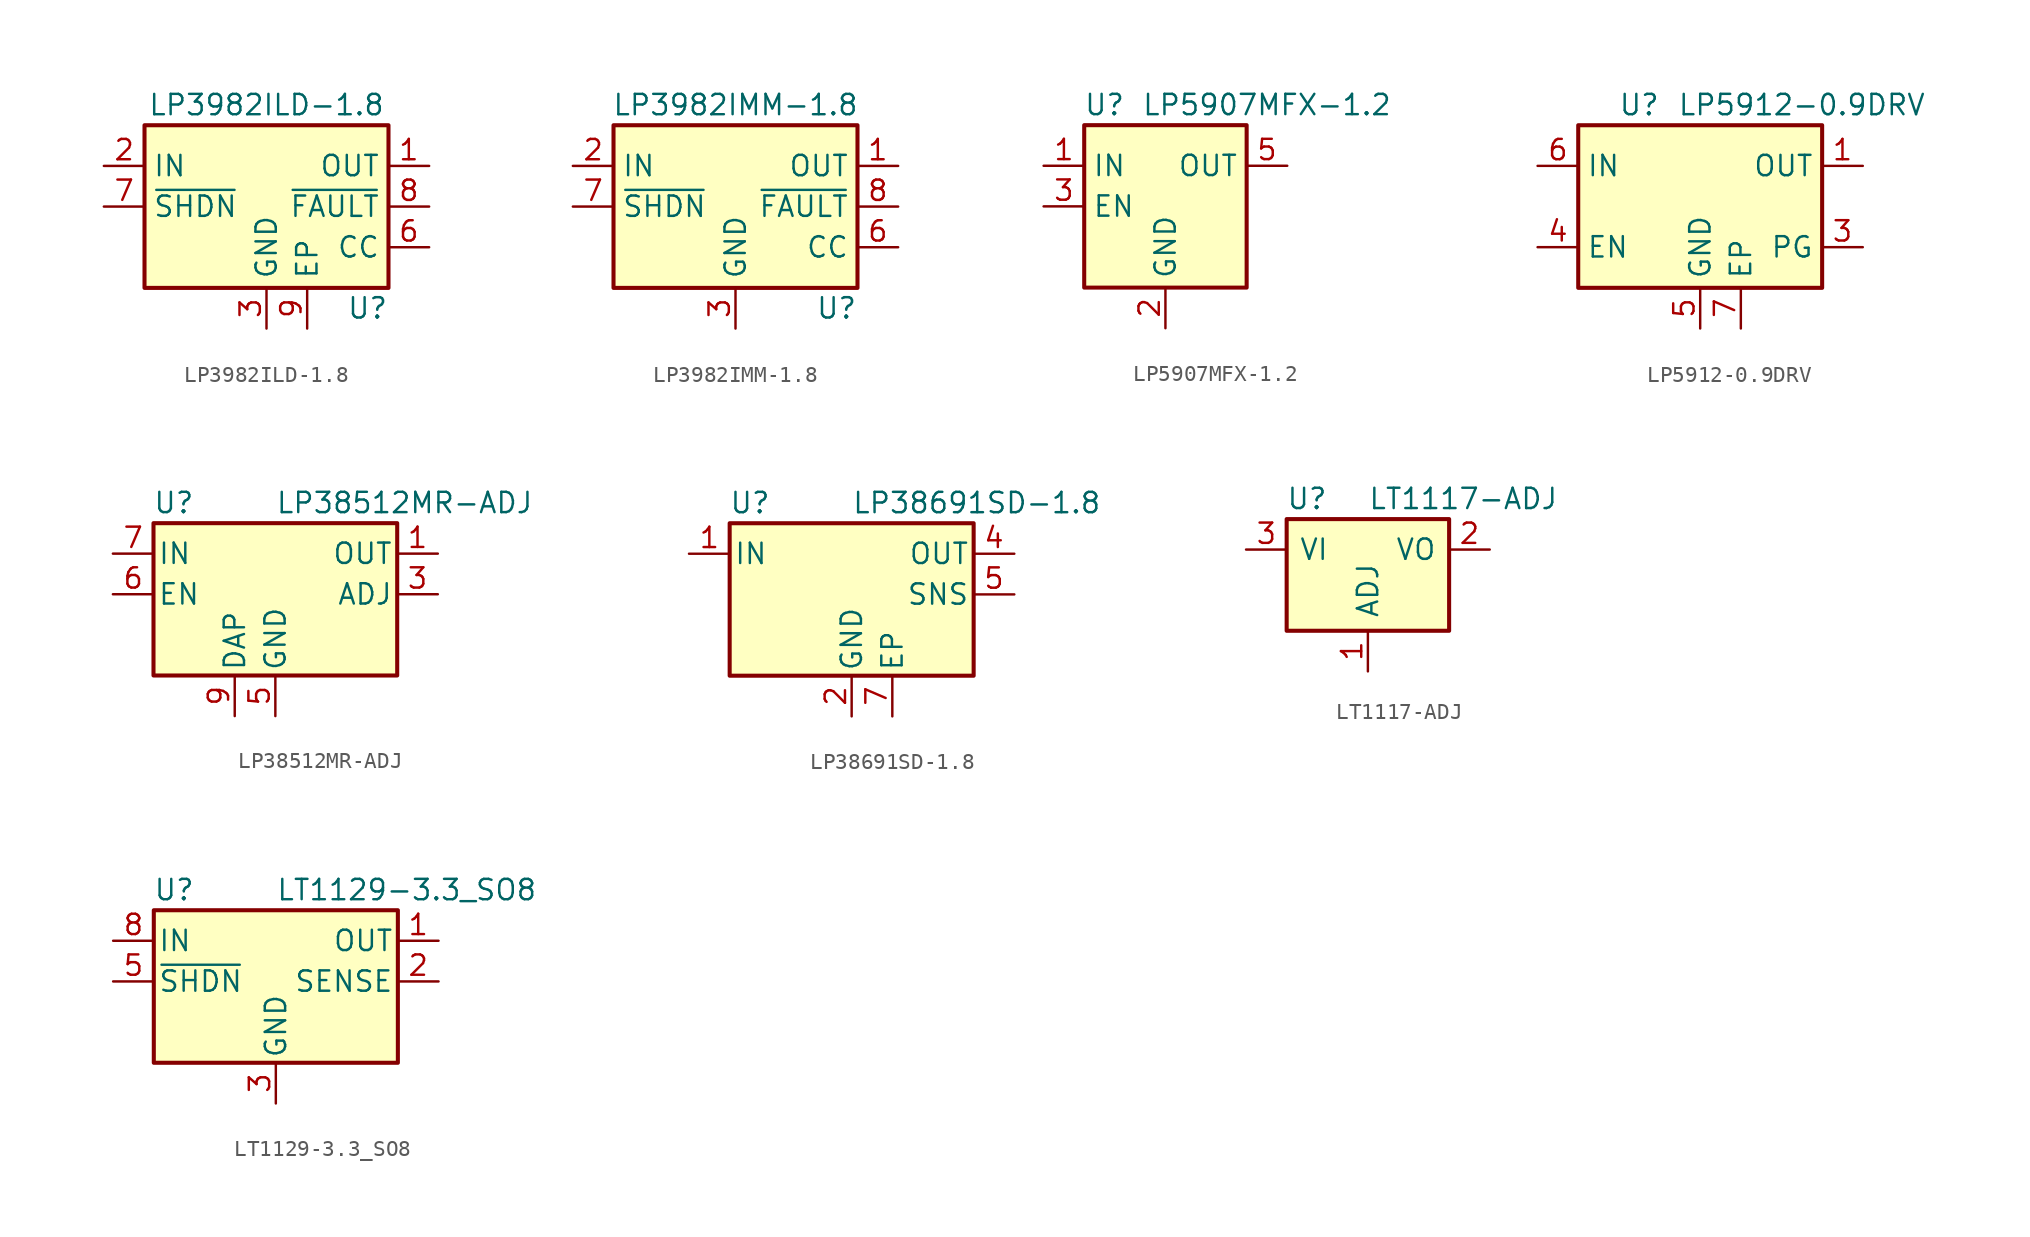
<source format=kicad_sym>
(kicad_symbol_lib
  (version 20200908)
  (generator kicad_symbol_editor)
  (symbol "Regulator_Linear:LP3982ILD-1.8"
    (property "Reference" "U"
      (at 7.62 -6.35 0)
      (effects (font (size 1.27 1.27)) (justify right)))
    (property "Value" "LP3982ILD-1.8"
      (at 0 6.35 0)
      (effects (font (size 1.27 1.27))))
    (symbol "LP3982ILD-1.8_0_1"
      (rectangle (start -7.62 5.08) (end 7.62 -5.08) (stroke (width 0.254)) (fill (type background))))
    (symbol "LP3982ILD-1.8_1_1"
      (pin power_out line (at 10.16 2.54 180) (length 2.54) (name "OUT" (effects (font (size 1.27 1.27)))) (number "1" (effects (font (size 1.27 1.27)))))
      (pin power_in line (at -10.16 2.54 0) (length 2.54) (name "IN" (effects (font (size 1.27 1.27)))) (number "2" (effects (font (size 1.27 1.27)))))
      (pin power_in line (at 0 -7.62 90) (length 2.54) (name "GND" (effects (font (size 1.27 1.27)))) (number "3" (effects (font (size 1.27 1.27)))))
      (pin passive line (at 10.16 2.54 180) (length 2.54) hide (name "OUT" (effects (font (size 1.27 1.27)))) (number "4" (effects (font (size 1.27 1.27)))))
      (pin unconnected line (at -7.62 -2.54 0) (length 2.54) hide (name "NC" (effects (font (size 1.27 1.27)))) (number "5" (effects (font (size 1.27 1.27)))))
      (pin passive line (at 10.16 -2.54 180) (length 2.54) (name "CC" (effects (font (size 1.27 1.27)))) (number "6" (effects (font (size 1.27 1.27)))))
      (pin input line (at -10.16 0 0) (length 2.54) (name "~SHDN" (effects (font (size 1.27 1.27)))) (number "7" (effects (font (size 1.27 1.27)))))
      (pin open_collector line (at 10.16 0 180) (length 2.54) (name "~FAULT" (effects (font (size 1.27 1.27)))) (number "8" (effects (font (size 1.27 1.27)))))
      (pin passive line (at 2.54 -7.62 90) (length 2.54) (name "EP" (effects (font (size 1.27 1.27)))) (number "9" (effects (font (size 1.27 1.27)))))))
  (symbol "Regulator_Linear:LP3982IMM-1.8"
    (property "Reference" "U"
      (at 7.62 -6.35 0)
      (effects (font (size 1.27 1.27)) (justify right)))
    (property "Value" "LP3982IMM-1.8"
      (at 0 6.35 0)
      (effects (font (size 1.27 1.27))))
    (symbol "LP3982IMM-1.8_0_1"
      (rectangle (start -7.62 5.08) (end 7.62 -5.08) (stroke (width 0.254)) (fill (type background))))
    (symbol "LP3982IMM-1.8_1_1"
      (pin power_out line (at 10.16 2.54 180) (length 2.54) (name "OUT" (effects (font (size 1.27 1.27)))) (number "1" (effects (font (size 1.27 1.27)))))
      (pin power_in line (at -10.16 2.54 0) (length 2.54) (name "IN" (effects (font (size 1.27 1.27)))) (number "2" (effects (font (size 1.27 1.27)))))
      (pin power_in line (at 0 -7.62 90) (length 2.54) (name "GND" (effects (font (size 1.27 1.27)))) (number "3" (effects (font (size 1.27 1.27)))))
      (pin passive line (at 10.16 2.54 180) (length 2.54) hide (name "OUT" (effects (font (size 1.27 1.27)))) (number "4" (effects (font (size 1.27 1.27)))))
      (pin unconnected line (at -7.62 -2.54 0) (length 2.54) hide (name "NC" (effects (font (size 1.27 1.27)))) (number "5" (effects (font (size 1.27 1.27)))))
      (pin passive line (at 10.16 -2.54 180) (length 2.54) (name "CC" (effects (font (size 1.27 1.27)))) (number "6" (effects (font (size 1.27 1.27)))))
      (pin input line (at -10.16 0 0) (length 2.54) (name "~SHDN" (effects (font (size 1.27 1.27)))) (number "7" (effects (font (size 1.27 1.27)))))
      (pin open_collector line (at 10.16 0 180) (length 2.54) (name "~FAULT" (effects (font (size 1.27 1.27)))) (number "8" (effects (font (size 1.27 1.27)))))))
  (symbol "Regulator_Linear:LP5907MFX-1.2"
    (property "Reference" "U"
      (at -3.81 6.35 0)
      (effects (font (size 1.27 1.27))))
    (property "Value" "LP5907MFX-1.2"
      (at 6.35 6.35 0)
      (effects (font (size 1.27 1.27))))
    (symbol "LP5907MFX-1.2_0_1"
      (rectangle (start -5.08 -5.08) (end 5.08 5.08) (stroke (width 0.254)) (fill (type background)))
      (pin power_in line (at -7.62 2.54 0) (length 2.54) (name "IN" (effects (font (size 1.27 1.27)))) (number "1" (effects (font (size 1.27 1.27)))))
      (pin power_in line (at 0 -7.62 90) (length 2.54) (name "GND" (effects (font (size 1.27 1.27)))) (number "2" (effects (font (size 1.27 1.27)))))
      (pin input line (at -7.62 0 0) (length 2.54) (name "EN" (effects (font (size 1.27 1.27)))) (number "3" (effects (font (size 1.27 1.27)))))
      (pin unconnected line (at 5.08 0 180) (length 2.54) hide (name "NC" (effects (font (size 1.27 1.27)))) (number "4" (effects (font (size 1.27 1.27)))))
      (pin power_out line (at 7.62 2.54 180) (length 2.54) (name "OUT" (effects (font (size 1.27 1.27)))) (number "5" (effects (font (size 1.27 1.27)))))))
  (symbol "Regulator_Linear:LP5912-0.9DRV"
    (property "Reference" "U"
      (at -3.81 6.35 0)
      (effects (font (size 1.27 1.27))))
    (property "Value" "LP5912-0.9DRV"
      (at 6.35 6.35 0)
      (effects (font (size 1.27 1.27))))
    (symbol "LP5912-0.9DRV_0_1"
      (rectangle (start -7.62 -5.08) (end 7.62 5.08) (stroke (width 0.254)) (fill (type background)))
      (pin power_out line (at 10.16 2.54 180) (length 2.54) (name "OUT" (effects (font (size 1.27 1.27)))) (number "1" (effects (font (size 1.27 1.27)))))
      (pin unconnected line (at 7.62 0 180) (length 2.54) hide (name "NC" (effects (font (size 1.27 1.27)))) (number "2" (effects (font (size 1.27 1.27)))))
      (pin input line (at -10.16 -2.54 0) (length 2.54) (name "EN" (effects (font (size 1.27 1.27)))) (number "4" (effects (font (size 1.27 1.27)))))
      (pin power_in line (at 0 -7.62 90) (length 2.54) (name "GND" (effects (font (size 1.27 1.27)))) (number "5" (effects (font (size 1.27 1.27)))))
      (pin power_in line (at -10.16 2.54 0) (length 2.54) (name "IN" (effects (font (size 1.27 1.27)))) (number "6" (effects (font (size 1.27 1.27))))))
    (symbol "LP5912-0.9DRV_1_1"
      (pin open_collector line (at 10.16 -2.54 180) (length 2.54) (name "PG" (effects (font (size 1.27 1.27)))) (number "3" (effects (font (size 1.27 1.27)))))
      (pin passive line (at 2.54 -7.62 90) (length 2.54) (name "EP" (effects (font (size 1.27 1.27)))) (number "7" (effects (font (size 1.27 1.27)))))))
  (symbol "Regulator_Linear:LP38512MR-ADJ"
    (pin_names
      (offset 0.254))
    (property "Reference" "U"
      (at -6.35 5.715 0)
      (effects (font (size 1.27 1.27))))
    (property "Value" "LP38512MR-ADJ"
      (at 0 5.715 0)
      (effects (font (size 1.27 1.27)) (justify left)))
    (symbol "LP38512MR-ADJ_0_1"
      (rectangle (start -7.62 -5.08) (end 7.62 4.445) (stroke (width 0.254)) (fill (type background))))
    (symbol "LP38512MR-ADJ_1_1"
      (pin power_out line (at 10.16 2.54 180) (length 2.54) (name "OUT" (effects (font (size 1.27 1.27)))) (number "1" (effects (font (size 1.27 1.27)))))
      (pin passive line (at 10.16 2.54 180) (length 2.54) hide (name "OUT" (effects (font (size 1.27 1.27)))) (number "2" (effects (font (size 1.27 1.27)))))
      (pin input line (at 10.16 0 180) (length 2.54) (name "ADJ" (effects (font (size 1.27 1.27)))) (number "3" (effects (font (size 1.27 1.27)))))
      (pin unconnected line (at -7.62 -2.54 0) (length 2.54) hide (name "NC" (effects (font (size 1.27 1.27)))) (number "4" (effects (font (size 1.27 1.27)))))
      (pin power_in line (at 0 -7.62 90) (length 2.54) (name "GND" (effects (font (size 1.27 1.27)))) (number "5" (effects (font (size 1.27 1.27)))))
      (pin input line (at -10.16 0 0) (length 2.54) (name "EN" (effects (font (size 1.27 1.27)))) (number "6" (effects (font (size 1.27 1.27)))))
      (pin power_in line (at -10.16 2.54 0) (length 2.54) (name "IN" (effects (font (size 1.27 1.27)))) (number "7" (effects (font (size 1.27 1.27)))))
      (pin passive line (at -10.16 2.54 0) (length 2.54) hide (name "IN" (effects (font (size 1.27 1.27)))) (number "8" (effects (font (size 1.27 1.27)))))
      (pin passive line (at -2.54 -7.62 90) (length 2.54) (name "DAP" (effects (font (size 1.27 1.27)))) (number "9" (effects (font (size 1.27 1.27)))))))
  (symbol "Regulator_Linear:LP38691SD-1.8"
    (pin_names
      (offset 0.254))
    (property "Reference" "U"
      (at -6.35 5.715 0)
      (effects (font (size 1.27 1.27))))
    (property "Value" "LP38691SD-1.8"
      (at 0 5.715 0)
      (effects (font (size 1.27 1.27)) (justify left)))
    (symbol "LP38691SD-1.8_0_1"
      (rectangle (start -7.62 -5.08) (end 7.62 4.445) (stroke (width 0.254)) (fill (type background))))
    (symbol "LP38691SD-1.8_1_1"
      (pin power_in line (at -10.16 2.54 0) (length 2.54) (name "IN" (effects (font (size 1.27 1.27)))) (number "1" (effects (font (size 1.27 1.27)))))
      (pin power_in line (at 0 -7.62 90) (length 2.54) (name "GND" (effects (font (size 1.27 1.27)))) (number "2" (effects (font (size 1.27 1.27)))))
      (pin unconnected line (at -7.62 0 0) (length 2.54) hide (name "NC" (effects (font (size 1.27 1.27)))) (number "3" (effects (font (size 1.27 1.27)))))
      (pin power_out line (at 10.16 2.54 180) (length 2.54) (name "OUT" (effects (font (size 1.27 1.27)))) (number "4" (effects (font (size 1.27 1.27)))))
      (pin input line (at 10.16 0 180) (length 2.54) (name "SNS" (effects (font (size 1.27 1.27)))) (number "5" (effects (font (size 1.27 1.27)))))
      (pin passive line (at -10.16 2.54 0) (length 2.54) hide (name "IN" (effects (font (size 1.27 1.27)))) (number "6" (effects (font (size 1.27 1.27)))))
      (pin passive line (at 2.54 -7.62 90) (length 2.54) (name "EP" (effects (font (size 1.27 1.27)))) (number "7" (effects (font (size 1.27 1.27)))))))
  (symbol "Regulator_Linear:LT1117-ADJ"
    (pin_names
      (offset 0.762))
    (property "Reference" "U"
      (at -3.81 3.175 0)
      (effects (font (size 1.27 1.27))))
    (property "Value" "LT1117-ADJ"
      (at 0 3.175 0)
      (effects (font (size 1.27 1.27)) (justify left)))
    (symbol "LT1117-ADJ_0_1"
      (rectangle (start -5.08 -5.08) (end 5.08 1.905) (stroke (width 0.254)) (fill (type background))))
    (symbol "LT1117-ADJ_1_1"
      (pin input line (at 0 -7.62 90) (length 2.54) (name "ADJ" (effects (font (size 1.27 1.27)))) (number "1" (effects (font (size 1.27 1.27)))))
      (pin power_out line (at 7.62 0 180) (length 2.54) (name "VO" (effects (font (size 1.27 1.27)))) (number "2" (effects (font (size 1.27 1.27)))))
      (pin power_in line (at -7.62 0 0) (length 2.54) (name "VI" (effects (font (size 1.27 1.27)))) (number "3" (effects (font (size 1.27 1.27)))))))
  (symbol "Regulator_Linear:LT1129-3.3_SO8"
    (pin_names
      (offset 0.254))
    (property "Reference" "U"
      (at -6.35 5.715 0)
      (effects (font (size 1.27 1.27))))
    (property "Value" "LT1129-3.3_SO8"
      (at 0 5.715 0)
      (effects (font (size 1.27 1.27)) (justify left)))
    (symbol "LT1129-3.3_SO8_0_1"
      (rectangle (start -7.62 -5.08) (end 7.62 4.445) (stroke (width 0.254)) (fill (type background))))
    (symbol "LT1129-3.3_SO8_1_1"
      (pin power_out line (at 10.16 2.54 180) (length 2.54) (name "OUT" (effects (font (size 1.27 1.27)))) (number "1" (effects (font (size 1.27 1.27)))))
      (pin input line (at 10.16 0 180) (length 2.54) (name "SENSE" (effects (font (size 1.27 1.27)))) (number "2" (effects (font (size 1.27 1.27)))))
      (pin power_in line (at 0 -7.62 90) (length 2.54) (name "GND" (effects (font (size 1.27 1.27)))) (number "3" (effects (font (size 1.27 1.27)))))
      (pin unconnected line (at 10.16 -2.54 180) (length 2.54) hide (name "NC" (effects (font (size 1.27 1.27)))) (number "4" (effects (font (size 1.27 1.27)))))
      (pin input line (at -10.16 0 0) (length 2.54) (name "~SHDN" (effects (font (size 1.27 1.27)))) (number "5" (effects (font (size 1.27 1.27)))))
      (pin passive line (at 0 -7.62 90) (length 2.54) hide (name "GND" (effects (font (size 1.27 1.27)))) (number "6" (effects (font (size 1.27 1.27)))))
      (pin passive line (at 0 -7.62 90) (length 2.54) hide (name "GND" (effects (font (size 1.27 1.27)))) (number "7" (effects (font (size 1.27 1.27)))))
      (pin power_in line (at -10.16 2.54 0) (length 2.54) (name "IN" (effects (font (size 1.27 1.27)))) (number "8" (effects (font (size 1.27 1.27))))))))
</source>
